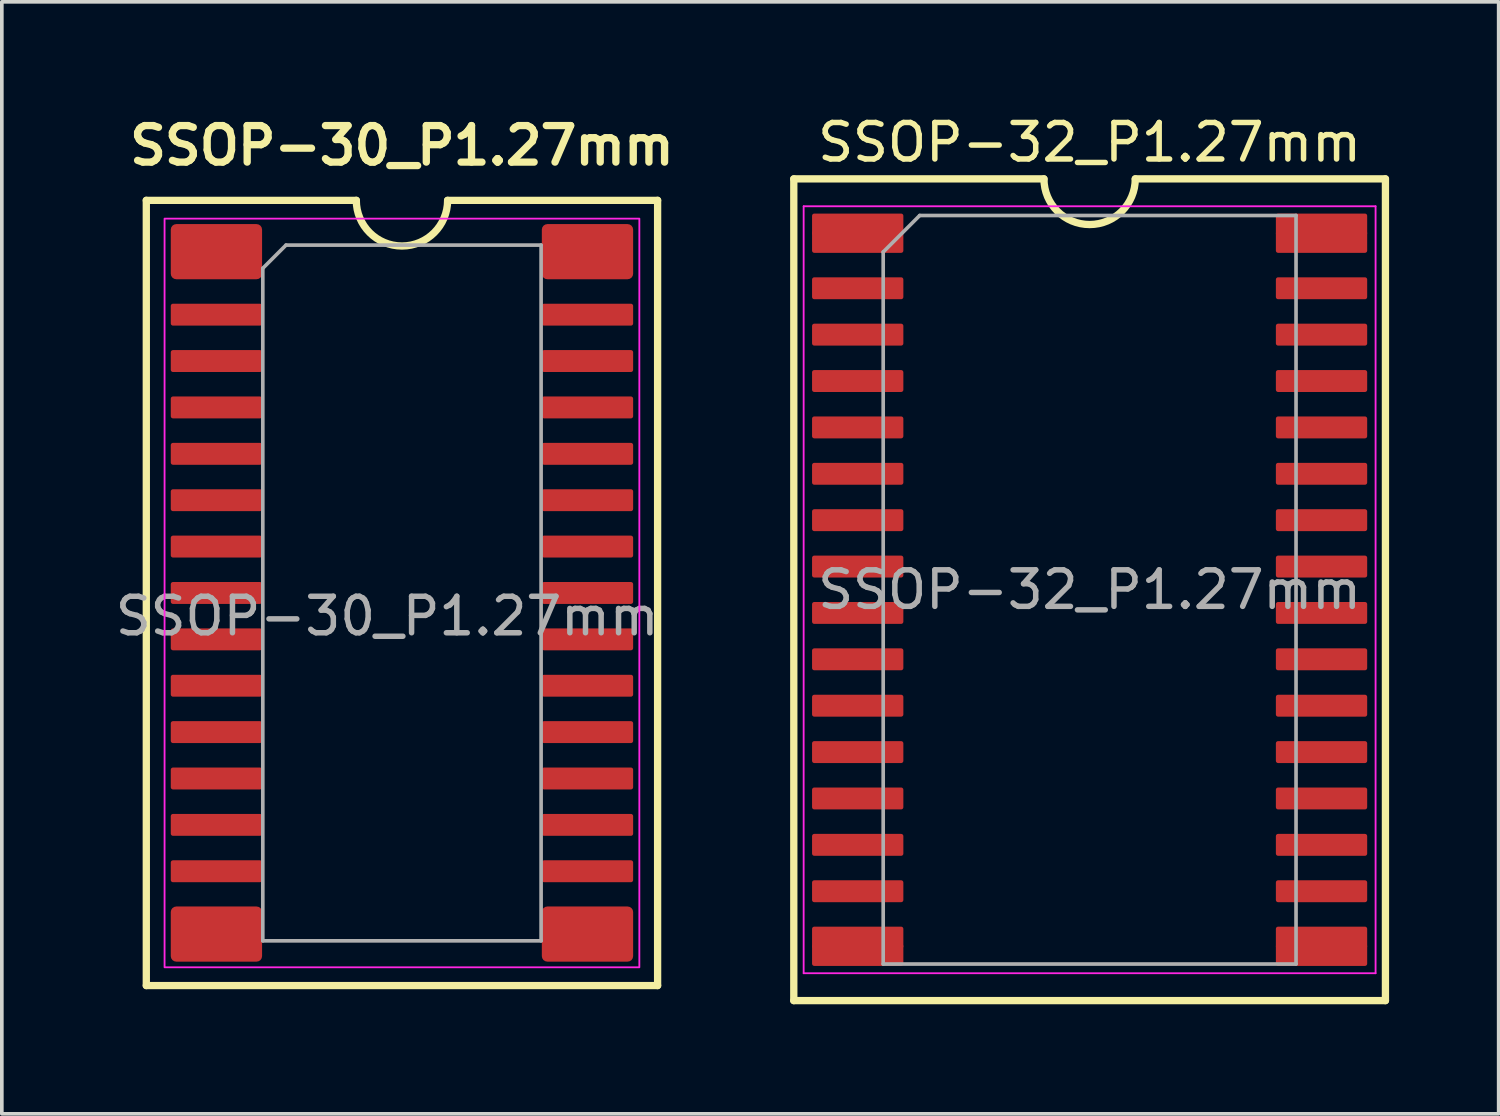
<source format=kicad_pcb>
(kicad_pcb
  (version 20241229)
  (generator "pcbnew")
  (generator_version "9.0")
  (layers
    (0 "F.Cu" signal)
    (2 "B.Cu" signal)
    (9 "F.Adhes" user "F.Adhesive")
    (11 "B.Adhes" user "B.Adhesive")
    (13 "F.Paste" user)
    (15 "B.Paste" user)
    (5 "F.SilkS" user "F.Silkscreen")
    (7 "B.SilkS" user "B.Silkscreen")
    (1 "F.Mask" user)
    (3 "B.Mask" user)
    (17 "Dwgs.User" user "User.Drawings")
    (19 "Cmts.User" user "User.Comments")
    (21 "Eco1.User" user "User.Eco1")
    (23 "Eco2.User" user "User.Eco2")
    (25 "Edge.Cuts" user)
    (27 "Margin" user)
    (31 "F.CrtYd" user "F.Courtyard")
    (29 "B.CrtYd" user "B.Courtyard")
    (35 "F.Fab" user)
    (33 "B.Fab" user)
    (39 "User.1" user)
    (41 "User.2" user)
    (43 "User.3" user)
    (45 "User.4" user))
  (footprint "SSOP-30_P1.27mm"
    (layer "F.Cu")
    (at 7.956 13.186)
    (property "Reference" "SSOP-30_P1.27mm" (at 0 -12.25 0) (layer "F.SilkS") (effects (font (size 1 1) (thickness 0.2) (bold yes))))
    (attr smd)
    (fp_line (start -7 -10.75) (end -1.25 -10.75) (stroke (width 0.2) (type default)) (layer "F.SilkS"))
    (fp_line (start -7 10.75) (end -7 -10.75) (stroke (width 0.2) (type default)) (layer "F.SilkS"))
    (fp_line (start 1.25 -10.75) (end 7 -10.75) (stroke (width 0.2) (type default)) (layer "F.SilkS"))
    (fp_line (start 7 -10.75) (end 7 10.75) (stroke (width 0.2) (type default)) (layer "F.SilkS"))
    (fp_line (start 7 10.75) (end -7 10.75) (stroke (width 0.2) (type default)) (layer "F.SilkS"))
    (fp_arc (start 1.25 -10.75) (mid 0 -9.5) (end -1.25 -10.75) (stroke (width 0.2) (type default)) (layer "F.SilkS"))
    (fp_rect (start -6.5 -10.25) (end 6.5 10.25) (stroke (width 0.05) (type default)) (fill no) (layer "F.CrtYd"))
    (fp_line (start -3.81 -8.89) (end -3.175 -9.525) (stroke (width 0.1) (type solid)) (layer "F.Fab"))
    (fp_line (start -3.81 9.525) (end -3.81 -8.89) (stroke (width 0.1) (type solid)) (layer "F.Fab"))
    (fp_line (start -3.175 -9.525) (end 3.81 -9.525) (stroke (width 0.1) (type solid)) (layer "F.Fab"))
    (fp_line (start 3.81 -9.525) (end 3.81 9.525) (stroke (width 0.1) (type solid)) (layer "F.Fab"))
    (fp_line (start 3.81 9.525) (end -3.81 9.525) (stroke (width 0.1) (type solid)) (layer "F.Fab"))
    (fp_text user "${REFERENCE}" (at -0.403 0.635 0) (layer "F.Fab") (effects (font (size 1 1) (thickness 0.15))))
    (pad "1" smd roundrect (at -5.08 -9.345) (size 2.5 1.51) (layers "F.Cu" "F.Mask" "F.Paste") (roundrect_rratio 0.1))
    (pad "2" smd roundrect (at -5.08 -7.62) (size 2.5 0.6) (layers "F.Cu" "F.Mask" "F.Paste") (roundrect_rratio 0.1))
    (pad "3" smd roundrect (at -5.08 -6.35) (size 2.5 0.6) (layers "F.Cu" "F.Mask" "F.Paste") (roundrect_rratio 0.1))
    (pad "4" smd roundrect (at -5.08 -5.08) (size 2.5 0.6) (layers "F.Cu" "F.Mask" "F.Paste") (roundrect_rratio 0.1))
    (pad "5" smd roundrect (at -5.08 -3.81) (size 2.5 0.6) (layers "F.Cu" "F.Mask" "F.Paste") (roundrect_rratio 0.1))
    (pad "6" smd roundrect (at -5.08 -2.54) (size 2.5 0.6) (layers "F.Cu" "F.Mask" "F.Paste") (roundrect_rratio 0.1))
    (pad "7" smd roundrect (at -5.08 -1.27) (size 2.5 0.6) (layers "F.Cu" "F.Mask" "F.Paste") (roundrect_rratio 0.1))
    (pad "8" smd roundrect (at -5.08 0) (size 2.5 0.6) (layers "F.Cu" "F.Mask" "F.Paste") (roundrect_rratio 0.1))
    (pad "9" smd roundrect (at -5.08 1.27) (size 2.5 0.6) (layers "F.Cu" "F.Mask" "F.Paste") (roundrect_rratio 0.1))
    (pad "10" smd roundrect (at -5.08 2.54) (size 2.5 0.6) (layers "F.Cu" "F.Mask" "F.Paste") (roundrect_rratio 0.1))
    (pad "11" smd roundrect (at -5.08 3.81) (size 2.5 0.6) (layers "F.Cu" "F.Mask" "F.Paste") (roundrect_rratio 0.1))
    (pad "12" smd roundrect (at -5.08 5.08) (size 2.5 0.6) (layers "F.Cu" "F.Mask" "F.Paste") (roundrect_rratio 0.1))
    (pad "13" smd roundrect (at -5.08 6.35) (size 2.5 0.6) (layers "F.Cu" "F.Mask" "F.Paste") (roundrect_rratio 0.1))
    (pad "14" smd roundrect (at -5.08 7.62) (size 2.5 0.6) (layers "F.Cu" "F.Mask" "F.Paste") (roundrect_rratio 0.1))
    (pad "15" smd roundrect (at -5.08 9.34) (size 2.5 1.51) (layers "F.Cu" "F.Mask" "F.Paste") (roundrect_rratio 0.1))
    (pad "16" smd roundrect (at 5.08 9.34) (size 2.5 1.51) (layers "F.Cu" "F.Mask" "F.Paste") (roundrect_rratio 0.1))
    (pad "17" smd roundrect (at 5.08 7.62) (size 2.5 0.6) (layers "F.Cu" "F.Mask" "F.Paste") (roundrect_rratio 0.1))
    (pad "18" smd roundrect (at 5.08 6.35) (size 2.5 0.6) (layers "F.Cu" "F.Mask" "F.Paste") (roundrect_rratio 0.1))
    (pad "19" smd roundrect (at 5.08 5.08) (size 2.5 0.6) (layers "F.Cu" "F.Mask" "F.Paste") (roundrect_rratio 0.1))
    (pad "20" smd roundrect (at 5.08 3.81) (size 2.5 0.6) (layers "F.Cu" "F.Mask" "F.Paste") (roundrect_rratio 0.1))
    (pad "21" smd roundrect (at 5.08 2.54) (size 2.5 0.6) (layers "F.Cu" "F.Mask" "F.Paste") (roundrect_rratio 0.1))
    (pad "22" smd roundrect (at 5.08 1.27) (size 2.5 0.6) (layers "F.Cu" "F.Mask" "F.Paste") (roundrect_rratio 0.1))
    (pad "23" smd roundrect (at 5.08 0) (size 2.5 0.6) (layers "F.Cu" "F.Mask" "F.Paste") (roundrect_rratio 0.1))
    (pad "24" smd roundrect (at 5.08 -1.27) (size 2.5 0.6) (layers "F.Cu" "F.Mask" "F.Paste") (roundrect_rratio 0.1))
    (pad "25" smd roundrect (at 5.08 -2.54) (size 2.5 0.6) (layers "F.Cu" "F.Mask" "F.Paste") (roundrect_rratio 0.1))
    (pad "26" smd roundrect (at 5.08 -3.81) (size 2.5 0.6) (layers "F.Cu" "F.Mask" "F.Paste") (roundrect_rratio 0.1))
    (pad "27" smd roundrect (at 5.08 -5.08) (size 2.5 0.6) (layers "F.Cu" "F.Mask" "F.Paste") (roundrect_rratio 0.1))
    (pad "28" smd roundrect (at 5.08 -6.35) (size 2.5 0.6) (layers "F.Cu" "F.Mask" "F.Paste") (roundrect_rratio 0.1))
    (pad "29" smd roundrect (at 5.08 -7.62) (size 2.5 0.6) (layers "F.Cu" "F.Mask" "F.Paste") (roundrect_rratio 0.1))
    (pad "30" smd roundrect (at 5.08 -9.345) (size 2.5 1.51) (layers "F.Cu" "F.Mask" "F.Paste") (roundrect_rratio 0.1)))
  (footprint "SSOP-32_P1.27mm"
    (layer "F.Cu")
    (at 26.785 13.098)
    (property "Reference" "SSOP-32_P1.27mm" (at 0 -12.25 0) (layer "F.SilkS") (effects (font (size 1 1) (thickness 0.15))))
    (attr smd)
    (fp_line (start -8.1 11.25) (end -8.1 -11.25) (stroke (width 0.2) (type default)) (layer "F.SilkS"))
    (fp_line (start -1.25 -11.25) (end -8.1 -11.25) (stroke (width 0.2) (type default)) (layer "F.SilkS"))
    (fp_line (start 8.1 -11.25) (end 1.25 -11.25) (stroke (width 0.2) (type default)) (layer "F.SilkS"))
    (fp_line (start 8.1 11.25) (end -8.1 11.25) (stroke (width 0.2) (type default)) (layer "F.SilkS"))
    (fp_line (start 8.1 11.25) (end 8.1 -11.25) (stroke (width 0.2) (type default)) (layer "F.SilkS"))
    (fp_arc (start 1.25 -11.25) (mid 0 -10) (end -1.25 -11.25) (stroke (width 0.2) (type default)) (layer "F.SilkS"))
    (fp_line (start -7.83 -10.5) (end -7.83 10.5) (stroke (width 0.05) (type solid)) (layer "F.CrtYd"))
    (fp_line (start -7.83 10.5) (end 7.83 10.5) (stroke (width 0.05) (type solid)) (layer "F.CrtYd"))
    (fp_line (start 7.83 -10.5) (end -7.83 -10.5) (stroke (width 0.05) (type solid)) (layer "F.CrtYd"))
    (fp_line (start 7.83 10.5) (end 7.83 -10.5) (stroke (width 0.05) (type solid)) (layer "F.CrtYd"))
    (fp_line (start -5.652 -9.248) (end -4.652 -10.248) (stroke (width 0.1) (type solid)) (layer "F.Fab"))
    (fp_line (start -5.652 10.248) (end -5.652 -9.248) (stroke (width 0.1) (type solid)) (layer "F.Fab"))
    (fp_line (start -4.652 -10.248) (end 5.652 -10.248) (stroke (width 0.1) (type solid)) (layer "F.Fab"))
    (fp_line (start 5.652 -10.248) (end 5.652 10.248) (stroke (width 0.1) (type solid)) (layer "F.Fab"))
    (fp_line (start 5.652 10.248) (end -5.652 10.248) (stroke (width 0.1) (type solid)) (layer "F.Fab"))
    (fp_text user "${REFERENCE}" (at 0 0 0) (layer "F.Fab") (effects (font (size 1 1) (thickness 0.15))))
    (pad "1" smd roundrect (at -6.35 -10) (size 2.5 0.6) (layers "F.Cu" "F.Mask" "F.Paste") (roundrect_rratio 0.1))
    (pad "1" smd roundrect (at -6.35 -9.525) (size 2.5 0.6) (layers "F.Cu" "F.Mask" "F.Paste") (roundrect_rratio 0.1))
    (pad "2" smd roundrect (at -6.35 -8.255) (size 2.5 0.6) (layers "F.Cu" "F.Mask" "F.Paste") (roundrect_rratio 0.1))
    (pad "3" smd roundrect (at -6.35 -6.985) (size 2.5 0.6) (layers "F.Cu" "F.Mask" "F.Paste") (roundrect_rratio 0.1))
    (pad "4" smd roundrect (at -6.35 -5.715) (size 2.5 0.6) (layers "F.Cu" "F.Mask" "F.Paste") (roundrect_rratio 0.1))
    (pad "5" smd roundrect (at -6.35 -4.445) (size 2.5 0.6) (layers "F.Cu" "F.Mask" "F.Paste") (roundrect_rratio 0.1))
    (pad "6" smd roundrect (at -6.35 -3.175) (size 2.5 0.6) (layers "F.Cu" "F.Mask" "F.Paste") (roundrect_rratio 0.1))
    (pad "7" smd roundrect (at -6.35 -1.905) (size 2.5 0.6) (layers "F.Cu" "F.Mask" "F.Paste") (roundrect_rratio 0.1))
    (pad "8" smd roundrect (at -6.35 -0.635) (size 2.5 0.6) (layers "F.Cu" "F.Mask" "F.Paste") (roundrect_rratio 0.1))
    (pad "9" smd roundrect (at -6.35 0.635) (size 2.5 0.6) (layers "F.Cu" "F.Mask" "F.Paste") (roundrect_rratio 0.1))
    (pad "10" smd roundrect (at -6.35 1.905) (size 2.5 0.6) (layers "F.Cu" "F.Mask" "F.Paste") (roundrect_rratio 0.1))
    (pad "11" smd roundrect (at -6.35 3.175) (size 2.5 0.6) (layers "F.Cu" "F.Mask" "F.Paste") (roundrect_rratio 0.1))
    (pad "12" smd roundrect (at -6.35 4.445) (size 2.5 0.6) (layers "F.Cu" "F.Mask" "F.Paste") (roundrect_rratio 0.1))
    (pad "13" smd roundrect (at -6.35 5.715) (size 2.5 0.6) (layers "F.Cu" "F.Mask" "F.Paste") (roundrect_rratio 0.1))
    (pad "14" smd roundrect (at -6.35 6.985) (size 2.5 0.6) (layers "F.Cu" "F.Mask" "F.Paste") (roundrect_rratio 0.1))
    (pad "15" smd roundrect (at -6.35 8.255) (size 2.5 0.6) (layers "F.Cu" "F.Mask" "F.Paste") (roundrect_rratio 0.1))
    (pad "16" smd roundrect (at -6.35 9.525) (size 2.5 0.6) (layers "F.Cu" "F.Mask" "F.Paste") (roundrect_rratio 0.1))
    (pad "16" smd roundrect (at -6.35 10) (size 2.5 0.6) (layers "F.Cu" "F.Mask" "F.Paste") (roundrect_rratio 0.1))
    (pad "17" smd roundrect (at 6.35 9.525) (size 2.5 0.6) (layers "F.Cu" "F.Mask" "F.Paste") (roundrect_rratio 0.1))
    (pad "17" smd roundrect (at 6.35 10) (size 2.5 0.6) (layers "F.Cu" "F.Mask" "F.Paste") (roundrect_rratio 0.1))
    (pad "18" smd roundrect (at 6.35 8.255) (size 2.5 0.6) (layers "F.Cu" "F.Mask" "F.Paste") (roundrect_rratio 0.1))
    (pad "19" smd roundrect (at 6.35 6.985) (size 2.5 0.6) (layers "F.Cu" "F.Mask" "F.Paste") (roundrect_rratio 0.1))
    (pad "20" smd roundrect (at 6.35 5.715) (size 2.5 0.6) (layers "F.Cu" "F.Mask" "F.Paste") (roundrect_rratio 0.1))
    (pad "21" smd roundrect (at 6.35 4.445) (size 2.5 0.6) (layers "F.Cu" "F.Mask" "F.Paste") (roundrect_rratio 0.1))
    (pad "22" smd roundrect (at 6.35 3.175) (size 2.5 0.6) (layers "F.Cu" "F.Mask" "F.Paste") (roundrect_rratio 0.1))
    (pad "23" smd roundrect (at 6.35 1.905) (size 2.5 0.6) (layers "F.Cu" "F.Mask" "F.Paste") (roundrect_rratio 0.1))
    (pad "24" smd roundrect (at 6.35 0.635) (size 2.5 0.6) (layers "F.Cu" "F.Mask" "F.Paste") (roundrect_rratio 0.1))
    (pad "25" smd roundrect (at 6.35 -0.635) (size 2.5 0.6) (layers "F.Cu" "F.Mask" "F.Paste") (roundrect_rratio 0.1))
    (pad "26" smd roundrect (at 6.35 -1.905) (size 2.5 0.6) (layers "F.Cu" "F.Mask" "F.Paste") (roundrect_rratio 0.1))
    (pad "27" smd roundrect (at 6.35 -3.175) (size 2.5 0.6) (layers "F.Cu" "F.Mask" "F.Paste") (roundrect_rratio 0.1))
    (pad "28" smd roundrect (at 6.35 -4.445) (size 2.5 0.6) (layers "F.Cu" "F.Mask" "F.Paste") (roundrect_rratio 0.1))
    (pad "29" smd roundrect (at 6.35 -5.715) (size 2.5 0.6) (layers "F.Cu" "F.Mask" "F.Paste") (roundrect_rratio 0.1))
    (pad "30" smd roundrect (at 6.35 -6.985) (size 2.5 0.6) (layers "F.Cu" "F.Mask" "F.Paste") (roundrect_rratio 0.1))
    (pad "31" smd roundrect (at 6.35 -8.255) (size 2.5 0.6) (layers "F.Cu" "F.Mask" "F.Paste") (roundrect_rratio 0.1))
    (pad "32" smd roundrect (at 6.35 -10) (size 2.5 0.6) (layers "F.Cu" "F.Mask" "F.Paste") (roundrect_rratio 0.1))
    (pad "32" smd roundrect (at 6.35 -9.525) (size 2.5 0.6) (layers "F.Cu" "F.Mask" "F.Paste") (roundrect_rratio 0.1)))
  (gr_rect
    (start -3 -3)
    (end 37.985 27.448)
    (stroke (width 0.1) (type default))
    (fill no)
    (layer "Edge.Cuts")))
</source>
